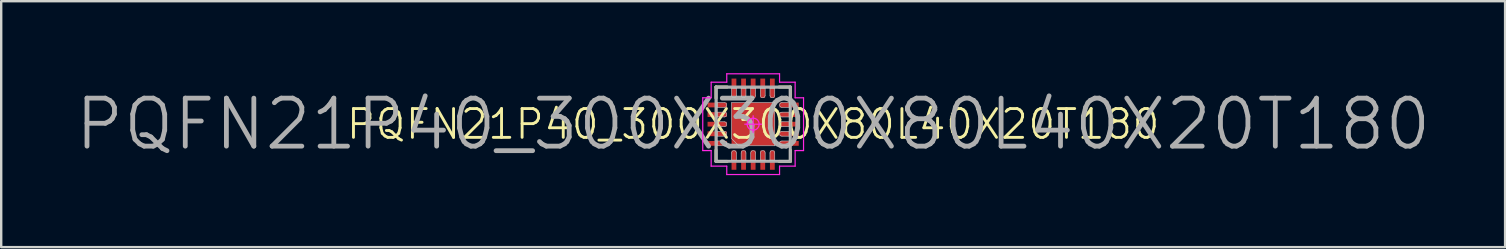
<source format=kicad_pcb>
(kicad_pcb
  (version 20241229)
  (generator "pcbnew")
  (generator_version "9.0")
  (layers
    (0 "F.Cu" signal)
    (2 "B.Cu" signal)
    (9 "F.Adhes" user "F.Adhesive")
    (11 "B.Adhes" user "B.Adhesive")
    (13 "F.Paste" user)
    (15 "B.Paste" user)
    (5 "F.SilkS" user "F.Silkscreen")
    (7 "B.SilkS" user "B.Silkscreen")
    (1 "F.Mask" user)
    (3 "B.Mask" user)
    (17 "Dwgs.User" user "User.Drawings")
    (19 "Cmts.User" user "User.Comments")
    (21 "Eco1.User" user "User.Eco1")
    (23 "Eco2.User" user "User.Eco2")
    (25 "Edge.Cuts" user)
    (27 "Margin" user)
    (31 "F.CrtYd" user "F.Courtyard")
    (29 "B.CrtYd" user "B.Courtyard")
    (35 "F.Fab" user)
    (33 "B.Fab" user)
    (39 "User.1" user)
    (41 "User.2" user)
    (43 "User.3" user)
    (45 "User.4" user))
  (footprint "PQFN21P40_300X300X80L40X20T180"
    (layer "F.Cu")
    (at 28.338 2.125)
    (property "Reference" "PQFN21P40_300X300X80L40X20T180" (at 0 0 0) (layer "F.SilkS") (effects (font (size 1.2 1.2) (thickness 0.12))))
    (attr smd)
    (fp_line (start -1.55 -1.55) (end -1.55 -1.08) (stroke (width 0.12) (type solid)) (layer "F.SilkS"))
    (fp_line (start -1.55 1.55) (end -1.55 1.08) (stroke (width 0.12) (type solid)) (layer "F.SilkS"))
    (fp_line (start -1.08 -1.55) (end -1.55 -1.55) (stroke (width 0.12) (type solid)) (layer "F.SilkS"))
    (fp_line (start -1.08 1.55) (end -1.55 1.55) (stroke (width 0.12) (type solid)) (layer "F.SilkS"))
    (fp_line (start 1.08 -1.55) (end 1.55 -1.55) (stroke (width 0.12) (type solid)) (layer "F.SilkS"))
    (fp_line (start 1.08 1.55) (end 1.55 1.55) (stroke (width 0.12) (type solid)) (layer "F.SilkS"))
    (fp_line (start 1.55 -1.55) (end 1.55 -1.08) (stroke (width 0.12) (type solid)) (layer "F.SilkS"))
    (fp_line (start 1.55 1.55) (end 1.55 1.08) (stroke (width 0.12) (type solid)) (layer "F.SilkS"))
    (fp_line (start -1.5 -1.5) (end 1.5 -1.5) (stroke (width 0.025) (type solid)) (layer "Dwgs.User"))
    (fp_line (start -1.5 -0.9) (end -1.5 -0.7) (stroke (width 0.025) (type solid)) (layer "Dwgs.User"))
    (fp_line (start -1.5 -0.7) (end -1.2 -0.7) (stroke (width 0.025) (type solid)) (layer "Dwgs.User"))
    (fp_line (start -1.5 -0.5) (end -1.5 -0.3) (stroke (width 0.025) (type solid)) (layer "Dwgs.User"))
    (fp_line (start -1.5 -0.3) (end -1.2 -0.3) (stroke (width 0.025) (type solid)) (layer "Dwgs.User"))
    (fp_line (start -1.5 -0.1) (end -1.5 0.1) (stroke (width 0.025) (type solid)) (layer "Dwgs.User"))
    (fp_line (start -1.5 0.1) (end -1.2 0.1) (stroke (width 0.025) (type solid)) (layer "Dwgs.User"))
    (fp_line (start -1.5 0.3) (end -1.5 0.5) (stroke (width 0.025) (type solid)) (layer "Dwgs.User"))
    (fp_line (start -1.5 0.5) (end -1.2 0.5) (stroke (width 0.025) (type solid)) (layer "Dwgs.User"))
    (fp_line (start -1.5 0.7) (end -1.5 0.9) (stroke (width 0.025) (type solid)) (layer "Dwgs.User"))
    (fp_line (start -1.5 0.9) (end -1.2 0.9) (stroke (width 0.025) (type solid)) (layer "Dwgs.User"))
    (fp_line (start -1.5 1.5) (end -1.5 -1.5) (stroke (width 0.025) (type solid)) (layer "Dwgs.User"))
    (fp_line (start -1.2 -0.9) (end -1.5 -0.9) (stroke (width 0.025) (type solid)) (layer "Dwgs.User"))
    (fp_line (start -1.2 -0.5) (end -1.5 -0.5) (stroke (width 0.025) (type solid)) (layer "Dwgs.User"))
    (fp_line (start -1.2 -0.1) (end -1.5 -0.1) (stroke (width 0.025) (type solid)) (layer "Dwgs.User"))
    (fp_line (start -1.2 0.3) (end -1.5 0.3) (stroke (width 0.025) (type solid)) (layer "Dwgs.User"))
    (fp_line (start -1.2 0.7) (end -1.5 0.7) (stroke (width 0.025) (type solid)) (layer "Dwgs.User"))
    (fp_line (start -0.9 -1.5) (end -0.9 -1.2) (stroke (width 0.025) (type solid)) (layer "Dwgs.User"))
    (fp_line (start -0.9 -0.9) (end -0.9 0.6) (stroke (width 0.025) (type solid)) (layer "Dwgs.User"))
    (fp_line (start -0.9 0.6) (end -0.6 0.9) (stroke (width 0.025) (type solid)) (layer "Dwgs.User"))
    (fp_line (start -0.9 1.2) (end -0.9 1.5) (stroke (width 0.025) (type solid)) (layer "Dwgs.User"))
    (fp_line (start -0.9 1.5) (end -0.7 1.5) (stroke (width 0.025) (type solid)) (layer "Dwgs.User"))
    (fp_line (start -0.7 -1.5) (end -0.9 -1.5) (stroke (width 0.025) (type solid)) (layer "Dwgs.User"))
    (fp_line (start -0.7 -1.2) (end -0.7 -1.5) (stroke (width 0.025) (type solid)) (layer "Dwgs.User"))
    (fp_line (start -0.7 1.5) (end -0.7 1.2) (stroke (width 0.025) (type solid)) (layer "Dwgs.User"))
    (fp_line (start -0.6 0.9) (end 0.9 0.9) (stroke (width 0.025) (type solid)) (layer "Dwgs.User"))
    (fp_line (start -0.5 -1.5) (end -0.5 -1.2) (stroke (width 0.025) (type solid)) (layer "Dwgs.User"))
    (fp_line (start -0.5 1.2) (end -0.5 1.5) (stroke (width 0.025) (type solid)) (layer "Dwgs.User"))
    (fp_line (start -0.5 1.5) (end -0.3 1.5) (stroke (width 0.025) (type solid)) (layer "Dwgs.User"))
    (fp_line (start -0.3 -1.5) (end -0.5 -1.5) (stroke (width 0.025) (type solid)) (layer "Dwgs.User"))
    (fp_line (start -0.3 -1.2) (end -0.3 -1.5) (stroke (width 0.025) (type solid)) (layer "Dwgs.User"))
    (fp_line (start -0.3 1.5) (end -0.3 1.2) (stroke (width 0.025) (type solid)) (layer "Dwgs.User"))
    (fp_line (start -0.1 -1.5) (end -0.1 -1.2) (stroke (width 0.025) (type solid)) (layer "Dwgs.User"))
    (fp_line (start -0.1 1.2) (end -0.1 1.5) (stroke (width 0.025) (type solid)) (layer "Dwgs.User"))
    (fp_line (start -0.1 1.5) (end 0.1 1.5) (stroke (width 0.025) (type solid)) (layer "Dwgs.User"))
    (fp_line (start 0.1 -1.5) (end -0.1 -1.5) (stroke (width 0.025) (type solid)) (layer "Dwgs.User"))
    (fp_line (start 0.1 -1.2) (end 0.1 -1.5) (stroke (width 0.025) (type solid)) (layer "Dwgs.User"))
    (fp_line (start 0.1 1.5) (end 0.1 1.2) (stroke (width 0.025) (type solid)) (layer "Dwgs.User"))
    (fp_line (start 0.3 -1.5) (end 0.3 -1.2) (stroke (width 0.025) (type solid)) (layer "Dwgs.User"))
    (fp_line (start 0.3 1.2) (end 0.3 1.5) (stroke (width 0.025) (type solid)) (layer "Dwgs.User"))
    (fp_line (start 0.3 1.5) (end 0.5 1.5) (stroke (width 0.025) (type solid)) (layer "Dwgs.User"))
    (fp_line (start 0.5 -1.5) (end 0.3 -1.5) (stroke (width 0.025) (type solid)) (layer "Dwgs.User"))
    (fp_line (start 0.5 -1.2) (end 0.5 -1.5) (stroke (width 0.025) (type solid)) (layer "Dwgs.User"))
    (fp_line (start 0.5 1.5) (end 0.5 1.2) (stroke (width 0.025) (type solid)) (layer "Dwgs.User"))
    (fp_line (start 0.7 -1.5) (end 0.7 -1.2) (stroke (width 0.025) (type solid)) (layer "Dwgs.User"))
    (fp_line (start 0.7 1.2) (end 0.7 1.5) (stroke (width 0.025) (type solid)) (layer "Dwgs.User"))
    (fp_line (start 0.7 1.5) (end 0.9 1.5) (stroke (width 0.025) (type solid)) (layer "Dwgs.User"))
    (fp_line (start 0.9 -1.5) (end 0.7 -1.5) (stroke (width 0.025) (type solid)) (layer "Dwgs.User"))
    (fp_line (start 0.9 -1.2) (end 0.9 -1.5) (stroke (width 0.025) (type solid)) (layer "Dwgs.User"))
    (fp_line (start 0.9 -0.9) (end -0.9 -0.9) (stroke (width 0.025) (type solid)) (layer "Dwgs.User"))
    (fp_line (start 0.9 0.9) (end 0.9 -0.9) (stroke (width 0.025) (type solid)) (layer "Dwgs.User"))
    (fp_line (start 0.9 1.5) (end 0.9 1.2) (stroke (width 0.025) (type solid)) (layer "Dwgs.User"))
    (fp_line (start 1.2 -0.7) (end 1.5 -0.7) (stroke (width 0.025) (type solid)) (layer "Dwgs.User"))
    (fp_line (start 1.2 -0.3) (end 1.5 -0.3) (stroke (width 0.025) (type solid)) (layer "Dwgs.User"))
    (fp_line (start 1.2 0.1) (end 1.5 0.1) (stroke (width 0.025) (type solid)) (layer "Dwgs.User"))
    (fp_line (start 1.2 0.5) (end 1.5 0.5) (stroke (width 0.025) (type solid)) (layer "Dwgs.User"))
    (fp_line (start 1.2 0.9) (end 1.5 0.9) (stroke (width 0.025) (type solid)) (layer "Dwgs.User"))
    (fp_line (start 1.5 -1.5) (end 1.5 1.5) (stroke (width 0.025) (type solid)) (layer "Dwgs.User"))
    (fp_line (start 1.5 -0.9) (end 1.2 -0.9) (stroke (width 0.025) (type solid)) (layer "Dwgs.User"))
    (fp_line (start 1.5 -0.7) (end 1.5 -0.9) (stroke (width 0.025) (type solid)) (layer "Dwgs.User"))
    (fp_line (start 1.5 -0.5) (end 1.2 -0.5) (stroke (width 0.025) (type solid)) (layer "Dwgs.User"))
    (fp_line (start 1.5 -0.3) (end 1.5 -0.5) (stroke (width 0.025) (type solid)) (layer "Dwgs.User"))
    (fp_line (start 1.5 -0.1) (end 1.2 -0.1) (stroke (width 0.025) (type solid)) (layer "Dwgs.User"))
    (fp_line (start 1.5 0.1) (end 1.5 -0.1) (stroke (width 0.025) (type solid)) (layer "Dwgs.User"))
    (fp_line (start 1.5 0.3) (end 1.2 0.3) (stroke (width 0.025) (type solid)) (layer "Dwgs.User"))
    (fp_line (start 1.5 0.5) (end 1.5 0.3) (stroke (width 0.025) (type solid)) (layer "Dwgs.User"))
    (fp_line (start 1.5 0.7) (end 1.2 0.7) (stroke (width 0.025) (type solid)) (layer "Dwgs.User"))
    (fp_line (start 1.5 0.9) (end 1.5 0.7) (stroke (width 0.025) (type solid)) (layer "Dwgs.User"))
    (fp_line (start 1.5 1.5) (end -1.5 1.5) (stroke (width 0.025) (type solid)) (layer "Dwgs.User"))
    (fp_arc (start -1.2 -0.9) (mid -1.1 -0.8) (end -1.2 -0.7) (stroke (width 0.025) (type solid)) (layer "Dwgs.User"))
    (fp_arc (start -1.2 -0.5) (mid -1.1 -0.4) (end -1.2 -0.3) (stroke (width 0.025) (type solid)) (layer "Dwgs.User"))
    (fp_arc (start -1.2 -0.1) (mid -1.1 0) (end -1.2 0.1) (stroke (width 0.025) (type solid)) (layer "Dwgs.User"))
    (fp_arc (start -1.2 0.3) (mid -1.1 0.4) (end -1.2 0.5) (stroke (width 0.025) (type solid)) (layer "Dwgs.User"))
    (fp_arc (start -1.2 0.7) (mid -1.1 0.8) (end -1.2 0.9) (stroke (width 0.025) (type solid)) (layer "Dwgs.User"))
    (fp_arc (start -0.9 1.2) (mid -0.8 1.1) (end -0.7 1.2) (stroke (width 0.025) (type solid)) (layer "Dwgs.User"))
    (fp_arc (start -0.7 -1.2) (mid -0.8 -1.1) (end -0.9 -1.2) (stroke (width 0.025) (type solid)) (layer "Dwgs.User"))
    (fp_arc (start -0.5 1.2) (mid -0.4 1.1) (end -0.3 1.2) (stroke (width 0.025) (type solid)) (layer "Dwgs.User"))
    (fp_arc (start -0.3 -1.2) (mid -0.4 -1.1) (end -0.5 -1.2) (stroke (width 0.025) (type solid)) (layer "Dwgs.User"))
    (fp_arc (start -0.1 1.2) (mid 0 1.1) (end 0.1 1.2) (stroke (width 0.025) (type solid)) (layer "Dwgs.User"))
    (fp_arc (start 0.1 -1.2) (mid 0 -1.1) (end -0.1 -1.2) (stroke (width 0.025) (type solid)) (layer "Dwgs.User"))
    (fp_arc (start 0.3 1.2) (mid 0.4 1.1) (end 0.5 1.2) (stroke (width 0.025) (type solid)) (layer "Dwgs.User"))
    (fp_arc (start 0.5 -1.2) (mid 0.4 -1.1) (end 0.3 -1.2) (stroke (width 0.025) (type solid)) (layer "Dwgs.User"))
    (fp_arc (start 0.7 1.2) (mid 0.8 1.1) (end 0.9 1.2) (stroke (width 0.025) (type solid)) (layer "Dwgs.User"))
    (fp_arc (start 0.9 -1.2) (mid 0.8 -1.1) (end 0.7 -1.2) (stroke (width 0.025) (type solid)) (layer "Dwgs.User"))
    (fp_arc (start 1.2 -0.7) (mid 1.1 -0.8) (end 1.2 -0.9) (stroke (width 0.025) (type solid)) (layer "Dwgs.User"))
    (fp_arc (start 1.2 -0.3) (mid 1.1 -0.4) (end 1.2 -0.5) (stroke (width 0.025) (type solid)) (layer "Dwgs.User"))
    (fp_arc (start 1.2 0.1) (mid 1.1 0) (end 1.2 -0.1) (stroke (width 0.025) (type solid)) (layer "Dwgs.User"))
    (fp_arc (start 1.2 0.5) (mid 1.1 0.4) (end 1.2 0.3) (stroke (width 0.025) (type solid)) (layer "Dwgs.User"))
    (fp_arc (start 1.2 0.9) (mid 1.1 0.8) (end 1.2 0.7) (stroke (width 0.025) (type solid)) (layer "Dwgs.User"))
    (fp_line (start -2.1 -1.1) (end -2.1 1.1) (stroke (width 0.05) (type solid)) (layer "F.CrtYd"))
    (fp_line (start -2.1 1.1) (end -1.75 1.1) (stroke (width 0.05) (type solid)) (layer "F.CrtYd"))
    (fp_line (start -1.75 -1.75) (end -1.75 -1.1) (stroke (width 0.05) (type solid)) (layer "F.CrtYd"))
    (fp_line (start -1.75 -1.1) (end -2.1 -1.1) (stroke (width 0.05) (type solid)) (layer "F.CrtYd"))
    (fp_line (start -1.75 1.1) (end -1.75 1.75) (stroke (width 0.05) (type solid)) (layer "F.CrtYd"))
    (fp_line (start -1.75 1.75) (end -1.1 1.75) (stroke (width 0.05) (type solid)) (layer "F.CrtYd"))
    (fp_line (start -1.1 -2.1) (end -1.1 -1.75) (stroke (width 0.05) (type solid)) (layer "F.CrtYd"))
    (fp_line (start -1.1 -1.75) (end -1.75 -1.75) (stroke (width 0.05) (type solid)) (layer "F.CrtYd"))
    (fp_line (start -1.1 1.75) (end -1.1 2.1) (stroke (width 0.05) (type solid)) (layer "F.CrtYd"))
    (fp_line (start -1.1 2.1) (end 1.1 2.1) (stroke (width 0.05) (type solid)) (layer "F.CrtYd"))
    (fp_line (start -0.35 0) (end 0.35 0) (stroke (width 0.05) (type solid)) (layer "F.CrtYd"))
    (fp_line (start 0 -0.35) (end 0 0.35) (stroke (width 0.05) (type solid)) (layer "F.CrtYd"))
    (fp_line (start 1.1 -2.1) (end -1.1 -2.1) (stroke (width 0.05) (type solid)) (layer "F.CrtYd"))
    (fp_line (start 1.1 -1.75) (end 1.1 -2.1) (stroke (width 0.05) (type solid)) (layer "F.CrtYd"))
    (fp_line (start 1.1 1.75) (end 1.75 1.75) (stroke (width 0.05) (type solid)) (layer "F.CrtYd"))
    (fp_line (start 1.1 2.1) (end 1.1 1.75) (stroke (width 0.05) (type solid)) (layer "F.CrtYd"))
    (fp_line (start 1.75 -1.75) (end 1.1 -1.75) (stroke (width 0.05) (type solid)) (layer "F.CrtYd"))
    (fp_line (start 1.75 -1.1) (end 1.75 -1.75) (stroke (width 0.05) (type solid)) (layer "F.CrtYd"))
    (fp_line (start 1.75 1.1) (end 2.1 1.1) (stroke (width 0.05) (type solid)) (layer "F.CrtYd"))
    (fp_line (start 1.75 1.75) (end 1.75 1.1) (stroke (width 0.05) (type solid)) (layer "F.CrtYd"))
    (fp_line (start 2.1 -1.1) (end 1.75 -1.1) (stroke (width 0.05) (type solid)) (layer "F.CrtYd"))
    (fp_line (start 2.1 1.1) (end 2.1 -1.1) (stroke (width 0.05) (type solid)) (layer "F.CrtYd"))
    (fp_circle (center 0 0) (end 0 0.25) (stroke (width 0.05) (type solid)) (fill no) (layer "F.CrtYd"))
    (fp_line (start -1.55 -1.55) (end 1.55 -1.55) (stroke (width 0.12) (type solid)) (layer "F.Fab"))
    (fp_line (start -1.55 1.55) (end -1.55 -1.55) (stroke (width 0.12) (type solid)) (layer "F.Fab"))
    (fp_line (start 1.55 -1.55) (end 1.55 1.55) (stroke (width 0.12) (type solid)) (layer "F.Fab"))
    (fp_line (start 1.55 1.55) (end -1.55 1.55) (stroke (width 0.12) (type solid)) (layer "F.Fab"))
    (fp_text user "${REFERENCE}" (at 0 0 0) (layer "F.Fab") (effects (font (size 2 2) (thickness 0.2))))
    (pad "" smd roundrect (at -0.45 -0.45 90) (size 0.64 0.64) (layers "F.Paste") (roundrect_rratio 0.25))
    (pad "" smd roundrect (at -0.44 0.44 90) (size 0.62 0.62) (layers "F.Paste") (roundrect_rratio 0.25))
    (pad "" smd roundrect (at 0.45 -0.45 90) (size 0.64 0.64) (layers "F.Paste") (roundrect_rratio 0.25))
    (pad "" smd roundrect (at 0.45 0.45 90) (size 0.64 0.64) (layers "F.Paste") (roundrect_rratio 0.25))
    (pad "1" smd rect (at -0.8 1.5 90) (size 0.8 0.2) (layers "F.Cu" "F.Mask" "F.Paste"))
    (pad "2" smd rect (at -0.4 1.5 90) (size 0.8 0.2) (layers "F.Cu" "F.Mask" "F.Paste"))
    (pad "3" smd rect (at 0 1.5 90) (size 0.8 0.2) (layers "F.Cu" "F.Mask" "F.Paste"))
    (pad "4" smd rect (at 0.4 1.5 90) (size 0.8 0.2) (layers "F.Cu" "F.Mask" "F.Paste"))
    (pad "5" smd rect (at 0.8 1.5 90) (size 0.8 0.2) (layers "F.Cu" "F.Mask" "F.Paste"))
    (pad "6" smd rect (at 1.5 0.8) (size 0.8 0.2) (layers "F.Cu" "F.Mask" "F.Paste"))
    (pad "7" smd rect (at 1.5 0.4) (size 0.8 0.2) (layers "F.Cu" "F.Mask" "F.Paste"))
    (pad "8" smd rect (at 1.5 0) (size 0.8 0.2) (layers "F.Cu" "F.Mask" "F.Paste"))
    (pad "9" smd rect (at 1.5 -0.4) (size 0.8 0.2) (layers "F.Cu" "F.Mask" "F.Paste"))
    (pad "10" smd rect (at 1.5 -0.8) (size 0.8 0.2) (layers "F.Cu" "F.Mask" "F.Paste"))
    (pad "11" smd rect (at 0.8 -1.5 90) (size 0.8 0.2) (layers "F.Cu" "F.Mask" "F.Paste"))
    (pad "12" smd rect (at 0.4 -1.5 90) (size 0.8 0.2) (layers "F.Cu" "F.Mask" "F.Paste"))
    (pad "13" smd rect (at 0 -1.5 90) (size 0.8 0.2) (layers "F.Cu" "F.Mask" "F.Paste"))
    (pad "14" smd rect (at -0.4 -1.5 90) (size 0.8 0.2) (layers "F.Cu" "F.Mask" "F.Paste"))
    (pad "15" smd rect (at -0.8 -1.5 90) (size 0.8 0.2) (layers "F.Cu" "F.Mask" "F.Paste"))
    (pad "16" smd rect (at -1.5 -0.8) (size 0.8 0.2) (layers "F.Cu" "F.Mask" "F.Paste"))
    (pad "17" smd rect (at -1.5 -0.4) (size 0.8 0.2) (layers "F.Cu" "F.Mask" "F.Paste"))
    (pad "18" smd rect (at -1.5 0) (size 0.8 0.2) (layers "F.Cu" "F.Mask" "F.Paste"))
    (pad "19" smd rect (at -1.5 0.4) (size 0.8 0.2) (layers "F.Cu" "F.Mask" "F.Paste"))
    (pad "20" smd rect (at -1.5 0.8) (size 0.8 0.2) (layers "F.Cu" "F.Mask" "F.Paste"))
    (pad "21" smd rect (at 0 0) (size 1.8 1.8) (layers "F.Cu" "F.Mask")))
  (gr_rect
    (start -3 -3)
    (end 59.676 7.25)
    (stroke (width 0.1) (type default))
    (fill no)
    (layer "Edge.Cuts")))
</source>
